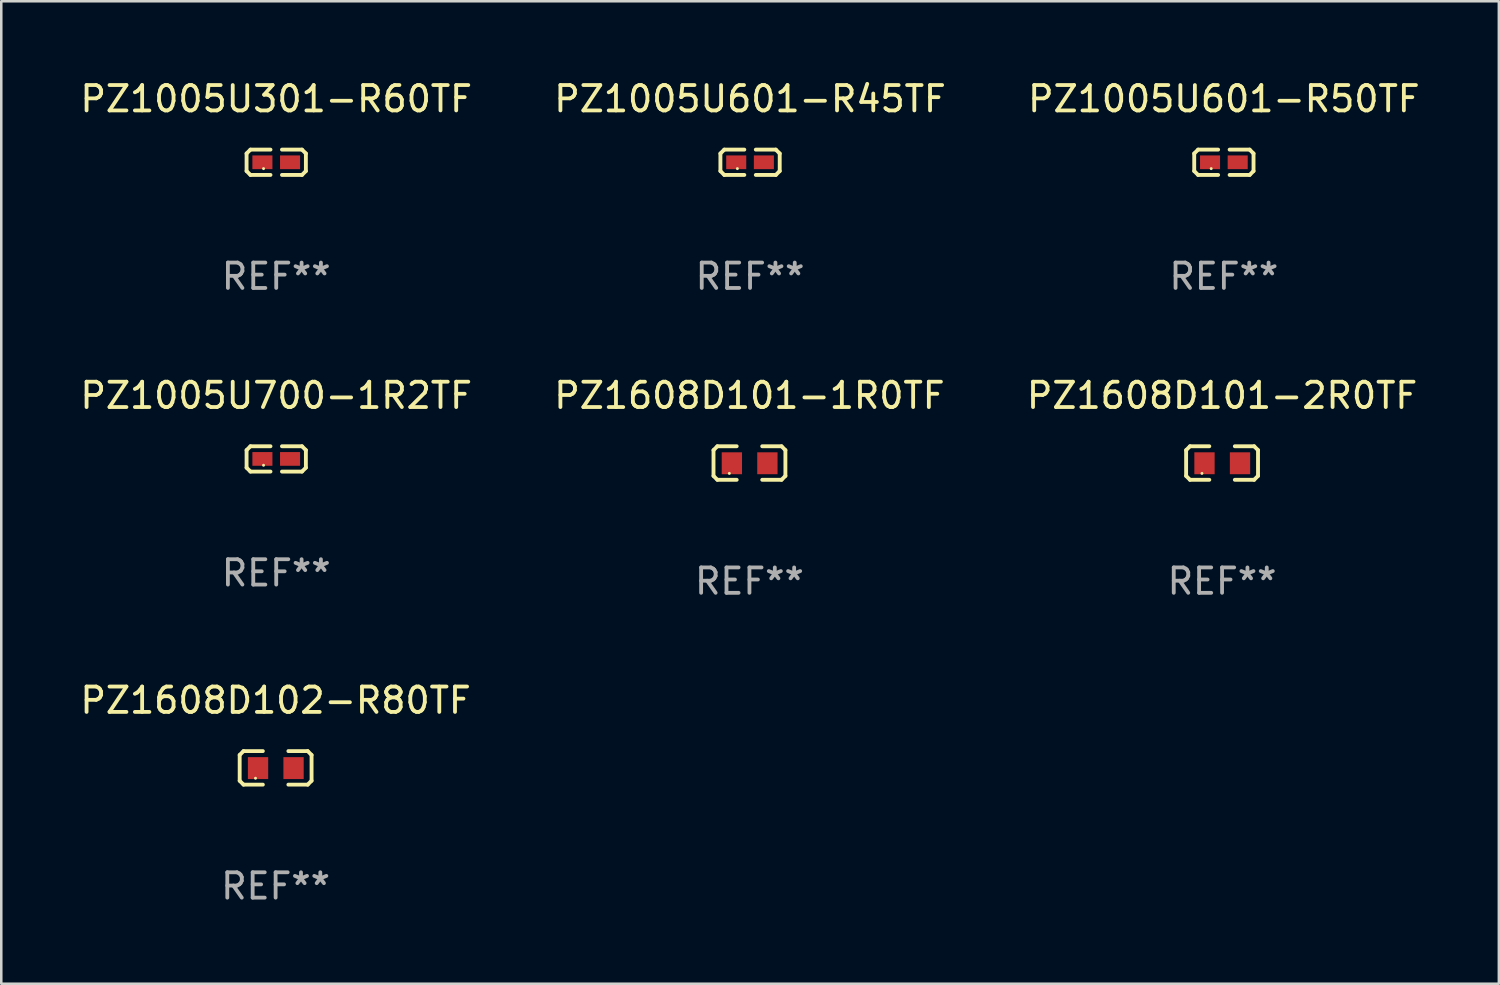
<source format=kicad_pcb>
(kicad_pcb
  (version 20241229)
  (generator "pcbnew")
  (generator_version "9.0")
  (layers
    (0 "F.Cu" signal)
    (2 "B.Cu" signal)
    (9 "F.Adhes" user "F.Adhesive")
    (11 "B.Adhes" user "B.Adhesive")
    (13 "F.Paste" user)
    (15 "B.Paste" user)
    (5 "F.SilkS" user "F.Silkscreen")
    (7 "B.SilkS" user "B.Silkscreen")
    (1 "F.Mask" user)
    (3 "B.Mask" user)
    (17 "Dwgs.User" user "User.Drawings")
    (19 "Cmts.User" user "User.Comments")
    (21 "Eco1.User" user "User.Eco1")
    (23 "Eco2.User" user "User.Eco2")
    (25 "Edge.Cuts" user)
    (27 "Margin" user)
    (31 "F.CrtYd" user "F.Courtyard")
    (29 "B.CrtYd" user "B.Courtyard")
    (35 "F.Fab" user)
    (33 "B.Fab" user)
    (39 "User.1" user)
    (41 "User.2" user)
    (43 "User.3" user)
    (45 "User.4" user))
  (footprint "PZ1005U601-R50TF"
    (layer "F.Cu")
    (at 45.196 3.347)
    (property "Reference" "PZ1005U601-R50TF" (at 0 -2.499 0) (layer "F.SilkS") (effects (font (size 1 1) (thickness 0.15))))
    (attr through_hole)
    (fp_line (start -1.169 -0.346) (end -1.016 -0.499) (stroke (width 0.152) (type solid)) (layer "F.SilkS"))
    (fp_line (start -1.169 0.346) (end -1.169 -0.346) (stroke (width 0.152) (type solid)) (layer "F.SilkS"))
    (fp_line (start -1.016 -0.499) (end -0.226 -0.499) (stroke (width 0.152) (type solid)) (layer "F.SilkS"))
    (fp_line (start -1.016 0.499) (end -1.169 0.346) (stroke (width 0.152) (type solid)) (layer "F.SilkS"))
    (fp_line (start -0.226 0.499) (end -1.016 0.499) (stroke (width 0.152) (type solid)) (layer "F.SilkS"))
    (fp_line (start 0.226 0.499) (end 1.016 0.499) (stroke (width 0.152) (type solid)) (layer "F.SilkS"))
    (fp_line (start 1.016 -0.499) (end 0.226 -0.499) (stroke (width 0.152) (type solid)) (layer "F.SilkS"))
    (fp_line (start 1.016 0.499) (end 1.169 0.346) (stroke (width 0.152) (type solid)) (layer "F.SilkS"))
    (fp_line (start 1.169 -0.346) (end 1.016 -0.499) (stroke (width 0.152) (type solid)) (layer "F.SilkS"))
    (fp_line (start 1.169 0.346) (end 1.169 -0.346) (stroke (width 0.152) (type solid)) (layer "F.SilkS"))
    (fp_circle (center -0.5 0.25) (end -0.47 0.25) (stroke (width 0.06) (type solid)) (fill no) (layer "F.SilkS"))
    (fp_text user "REF**" (at 0 4.499 0) (layer "F.Fab") (effects (font (size 1 1) (thickness 0.15))))
    (pad "1" smd rect (at -0.545 0) (size 0.79 0.54) (layers "F.Cu" "F.Mask" "F.Paste"))
    (pad "2" smd rect (at 0.545 0) (size 0.79 0.54) (layers "F.Cu" "F.Mask" "F.Paste")))
  (footprint "PZ1005U700-1R2TF"
    (layer "F.Cu")
    (at 7.839 15.041)
    (property "Reference" "PZ1005U700-1R2TF" (at 0 -2.499 0) (layer "F.SilkS") (effects (font (size 1 1) (thickness 0.15))))
    (attr through_hole)
    (fp_line (start -1.169 -0.346) (end -1.016 -0.499) (stroke (width 0.152) (type solid)) (layer "F.SilkS"))
    (fp_line (start -1.169 0.346) (end -1.169 -0.346) (stroke (width 0.152) (type solid)) (layer "F.SilkS"))
    (fp_line (start -1.016 -0.499) (end -0.226 -0.499) (stroke (width 0.152) (type solid)) (layer "F.SilkS"))
    (fp_line (start -1.016 0.499) (end -1.169 0.346) (stroke (width 0.152) (type solid)) (layer "F.SilkS"))
    (fp_line (start -0.226 0.499) (end -1.016 0.499) (stroke (width 0.152) (type solid)) (layer "F.SilkS"))
    (fp_line (start 0.226 0.499) (end 1.016 0.499) (stroke (width 0.152) (type solid)) (layer "F.SilkS"))
    (fp_line (start 1.016 -0.499) (end 0.226 -0.499) (stroke (width 0.152) (type solid)) (layer "F.SilkS"))
    (fp_line (start 1.016 0.499) (end 1.169 0.346) (stroke (width 0.152) (type solid)) (layer "F.SilkS"))
    (fp_line (start 1.169 -0.346) (end 1.016 -0.499) (stroke (width 0.152) (type solid)) (layer "F.SilkS"))
    (fp_line (start 1.169 0.346) (end 1.169 -0.346) (stroke (width 0.152) (type solid)) (layer "F.SilkS"))
    (fp_circle (center -0.5 0.25) (end -0.47 0.25) (stroke (width 0.06) (type solid)) (fill no) (layer "F.SilkS"))
    (fp_text user "REF**" (at 0 4.499 0) (layer "F.Fab") (effects (font (size 1 1) (thickness 0.15))))
    (pad "1" smd rect (at -0.545 0) (size 0.79 0.54) (layers "F.Cu" "F.Mask" "F.Paste"))
    (pad "2" smd rect (at 0.545 0) (size 0.79 0.54) (layers "F.Cu" "F.Mask" "F.Paste")))
  (footprint "PZ1608D102-R80TF"
    (layer "F.Cu")
    (at 7.815 27.22)
    (property "Reference" "PZ1608D102-R80TF" (at 0 -2.661 0) (layer "F.SilkS") (effects (font (size 1 1) (thickness 0.15))))
    (attr through_hole)
    (fp_line (start -1.417 -0.508) (end -1.265 -0.661) (stroke (width 0.152) (type solid)) (layer "F.SilkS"))
    (fp_line (start -1.417 0.508) (end -1.417 -0.508) (stroke (width 0.152) (type solid)) (layer "F.SilkS"))
    (fp_line (start -1.265 -0.661) (end -0.503 -0.661) (stroke (width 0.152) (type solid)) (layer "F.SilkS"))
    (fp_line (start -1.265 0.661) (end -1.417 0.508) (stroke (width 0.152) (type solid)) (layer "F.SilkS"))
    (fp_line (start -1.265 0.661) (end -0.503 0.661) (stroke (width 0.152) (type solid)) (layer "F.SilkS"))
    (fp_line (start 1.265 -0.661) (end 0.503 -0.661) (stroke (width 0.152) (type solid)) (layer "F.SilkS"))
    (fp_line (start 1.265 -0.661) (end 1.417 -0.508) (stroke (width 0.152) (type solid)) (layer "F.SilkS"))
    (fp_line (start 1.265 0.661) (end 0.503 0.661) (stroke (width 0.152) (type solid)) (layer "F.SilkS"))
    (fp_line (start 1.417 -0.508) (end 1.417 0.508) (stroke (width 0.152) (type solid)) (layer "F.SilkS"))
    (fp_line (start 1.417 0.508) (end 1.265 0.661) (stroke (width 0.152) (type solid)) (layer "F.SilkS"))
    (fp_circle (center -0.793 0.409) (end -0.763 0.409) (stroke (width 0.06) (type solid)) (fill no) (layer "F.SilkS"))
    (fp_text user "REF**" (at 0 4.661 0) (layer "F.Fab") (effects (font (size 1 1) (thickness 0.15))))
    (pad "1" smd rect (at -0.693 0.009 180) (size 0.8 0.864) (layers "F.Cu" "F.Mask" "F.Paste"))
    (pad "2" smd rect (at 0.707 0.009 180) (size 0.8 0.864) (layers "F.Cu" "F.Mask" "F.Paste")))
  (footprint "PZ1005U601-R45TF"
    (layer "F.Cu")
    (at 26.518 3.347)
    (property "Reference" "PZ1005U601-R45TF" (at 0 -2.499 0) (layer "F.SilkS") (effects (font (size 1 1) (thickness 0.15))))
    (attr through_hole)
    (fp_line (start -1.169 -0.346) (end -1.016 -0.499) (stroke (width 0.152) (type solid)) (layer "F.SilkS"))
    (fp_line (start -1.169 0.346) (end -1.169 -0.346) (stroke (width 0.152) (type solid)) (layer "F.SilkS"))
    (fp_line (start -1.016 -0.499) (end -0.226 -0.499) (stroke (width 0.152) (type solid)) (layer "F.SilkS"))
    (fp_line (start -1.016 0.499) (end -1.169 0.346) (stroke (width 0.152) (type solid)) (layer "F.SilkS"))
    (fp_line (start -0.226 0.499) (end -1.016 0.499) (stroke (width 0.152) (type solid)) (layer "F.SilkS"))
    (fp_line (start 0.226 0.499) (end 1.016 0.499) (stroke (width 0.152) (type solid)) (layer "F.SilkS"))
    (fp_line (start 1.016 -0.499) (end 0.226 -0.499) (stroke (width 0.152) (type solid)) (layer "F.SilkS"))
    (fp_line (start 1.016 0.499) (end 1.169 0.346) (stroke (width 0.152) (type solid)) (layer "F.SilkS"))
    (fp_line (start 1.169 -0.346) (end 1.016 -0.499) (stroke (width 0.152) (type solid)) (layer "F.SilkS"))
    (fp_line (start 1.169 0.346) (end 1.169 -0.346) (stroke (width 0.152) (type solid)) (layer "F.SilkS"))
    (fp_circle (center -0.5 0.25) (end -0.47 0.25) (stroke (width 0.06) (type solid)) (fill no) (layer "F.SilkS"))
    (fp_text user "REF**" (at 0 4.499 0) (layer "F.Fab") (effects (font (size 1 1) (thickness 0.15))))
    (pad "1" smd rect (at -0.545 0) (size 0.79 0.54) (layers "F.Cu" "F.Mask" "F.Paste"))
    (pad "2" smd rect (at 0.545 0) (size 0.79 0.54) (layers "F.Cu" "F.Mask" "F.Paste")))
  (footprint "PZ1608D101-1R0TF"
    (layer "F.Cu")
    (at 26.494 15.203)
    (property "Reference" "PZ1608D101-1R0TF" (at 0 -2.661 0) (layer "F.SilkS") (effects (font (size 1 1) (thickness 0.15))))
    (attr through_hole)
    (fp_line (start -1.417 -0.508) (end -1.265 -0.661) (stroke (width 0.152) (type solid)) (layer "F.SilkS"))
    (fp_line (start -1.417 0.508) (end -1.417 -0.508) (stroke (width 0.152) (type solid)) (layer "F.SilkS"))
    (fp_line (start -1.265 -0.661) (end -0.503 -0.661) (stroke (width 0.152) (type solid)) (layer "F.SilkS"))
    (fp_line (start -1.265 0.661) (end -1.417 0.508) (stroke (width 0.152) (type solid)) (layer "F.SilkS"))
    (fp_line (start -1.265 0.661) (end -0.503 0.661) (stroke (width 0.152) (type solid)) (layer "F.SilkS"))
    (fp_line (start 1.265 -0.661) (end 0.503 -0.661) (stroke (width 0.152) (type solid)) (layer "F.SilkS"))
    (fp_line (start 1.265 -0.661) (end 1.417 -0.508) (stroke (width 0.152) (type solid)) (layer "F.SilkS"))
    (fp_line (start 1.265 0.661) (end 0.503 0.661) (stroke (width 0.152) (type solid)) (layer "F.SilkS"))
    (fp_line (start 1.417 -0.508) (end 1.417 0.508) (stroke (width 0.152) (type solid)) (layer "F.SilkS"))
    (fp_line (start 1.417 0.508) (end 1.265 0.661) (stroke (width 0.152) (type solid)) (layer "F.SilkS"))
    (fp_circle (center -0.793 0.409) (end -0.763 0.409) (stroke (width 0.06) (type solid)) (fill no) (layer "F.SilkS"))
    (fp_text user "REF**" (at 0 4.661 0) (layer "F.Fab") (effects (font (size 1 1) (thickness 0.15))))
    (pad "1" smd rect (at -0.693 0.009 180) (size 0.8 0.864) (layers "F.Cu" "F.Mask" "F.Paste"))
    (pad "2" smd rect (at 0.707 0.009 180) (size 0.8 0.864) (layers "F.Cu" "F.Mask" "F.Paste")))
  (footprint "PZ1005U301-R60TF"
    (layer "F.Cu")
    (at 7.839 3.347)
    (property "Reference" "PZ1005U301-R60TF" (at 0 -2.499 0) (layer "F.SilkS") (effects (font (size 1 1) (thickness 0.15))))
    (attr through_hole)
    (fp_line (start -1.169 -0.346) (end -1.016 -0.499) (stroke (width 0.152) (type solid)) (layer "F.SilkS"))
    (fp_line (start -1.169 0.346) (end -1.169 -0.346) (stroke (width 0.152) (type solid)) (layer "F.SilkS"))
    (fp_line (start -1.016 -0.499) (end -0.226 -0.499) (stroke (width 0.152) (type solid)) (layer "F.SilkS"))
    (fp_line (start -1.016 0.499) (end -1.169 0.346) (stroke (width 0.152) (type solid)) (layer "F.SilkS"))
    (fp_line (start -0.226 0.499) (end -1.016 0.499) (stroke (width 0.152) (type solid)) (layer "F.SilkS"))
    (fp_line (start 0.226 0.499) (end 1.016 0.499) (stroke (width 0.152) (type solid)) (layer "F.SilkS"))
    (fp_line (start 1.016 -0.499) (end 0.226 -0.499) (stroke (width 0.152) (type solid)) (layer "F.SilkS"))
    (fp_line (start 1.016 0.499) (end 1.169 0.346) (stroke (width 0.152) (type solid)) (layer "F.SilkS"))
    (fp_line (start 1.169 -0.346) (end 1.016 -0.499) (stroke (width 0.152) (type solid)) (layer "F.SilkS"))
    (fp_line (start 1.169 0.346) (end 1.169 -0.346) (stroke (width 0.152) (type solid)) (layer "F.SilkS"))
    (fp_circle (center -0.5 0.25) (end -0.47 0.25) (stroke (width 0.06) (type solid)) (fill no) (layer "F.SilkS"))
    (fp_text user "REF**" (at 0 4.499 0) (layer "F.Fab") (effects (font (size 1 1) (thickness 0.15))))
    (pad "1" smd rect (at -0.545 0) (size 0.79 0.54) (layers "F.Cu" "F.Mask" "F.Paste"))
    (pad "2" smd rect (at 0.545 0) (size 0.79 0.54) (layers "F.Cu" "F.Mask" "F.Paste")))
  (footprint "PZ1608D101-2R0TF"
    (layer "F.Cu")
    (at 45.125 15.203)
    (property "Reference" "PZ1608D101-2R0TF" (at 0 -2.661 0) (layer "F.SilkS") (effects (font (size 1 1) (thickness 0.15))))
    (attr through_hole)
    (fp_line (start -1.417 -0.508) (end -1.265 -0.661) (stroke (width 0.152) (type solid)) (layer "F.SilkS"))
    (fp_line (start -1.417 0.508) (end -1.417 -0.508) (stroke (width 0.152) (type solid)) (layer "F.SilkS"))
    (fp_line (start -1.265 -0.661) (end -0.503 -0.661) (stroke (width 0.152) (type solid)) (layer "F.SilkS"))
    (fp_line (start -1.265 0.661) (end -1.417 0.508) (stroke (width 0.152) (type solid)) (layer "F.SilkS"))
    (fp_line (start -1.265 0.661) (end -0.503 0.661) (stroke (width 0.152) (type solid)) (layer "F.SilkS"))
    (fp_line (start 1.265 -0.661) (end 0.503 -0.661) (stroke (width 0.152) (type solid)) (layer "F.SilkS"))
    (fp_line (start 1.265 -0.661) (end 1.417 -0.508) (stroke (width 0.152) (type solid)) (layer "F.SilkS"))
    (fp_line (start 1.265 0.661) (end 0.503 0.661) (stroke (width 0.152) (type solid)) (layer "F.SilkS"))
    (fp_line (start 1.417 -0.508) (end 1.417 0.508) (stroke (width 0.152) (type solid)) (layer "F.SilkS"))
    (fp_line (start 1.417 0.508) (end 1.265 0.661) (stroke (width 0.152) (type solid)) (layer "F.SilkS"))
    (fp_circle (center -0.793 0.409) (end -0.763 0.409) (stroke (width 0.06) (type solid)) (fill no) (layer "F.SilkS"))
    (fp_text user "REF**" (at 0 4.661 0) (layer "F.Fab") (effects (font (size 1 1) (thickness 0.15))))
    (pad "1" smd rect (at -0.693 0.009 180) (size 0.8 0.864) (layers "F.Cu" "F.Mask" "F.Paste"))
    (pad "2" smd rect (at 0.707 0.009 180) (size 0.8 0.864) (layers "F.Cu" "F.Mask" "F.Paste")))
  (gr_rect
    (start -3 -3)
    (end 56.036 35.729)
    (stroke (width 0.1) (type default))
    (fill no)
    (layer "Edge.Cuts")))
</source>
